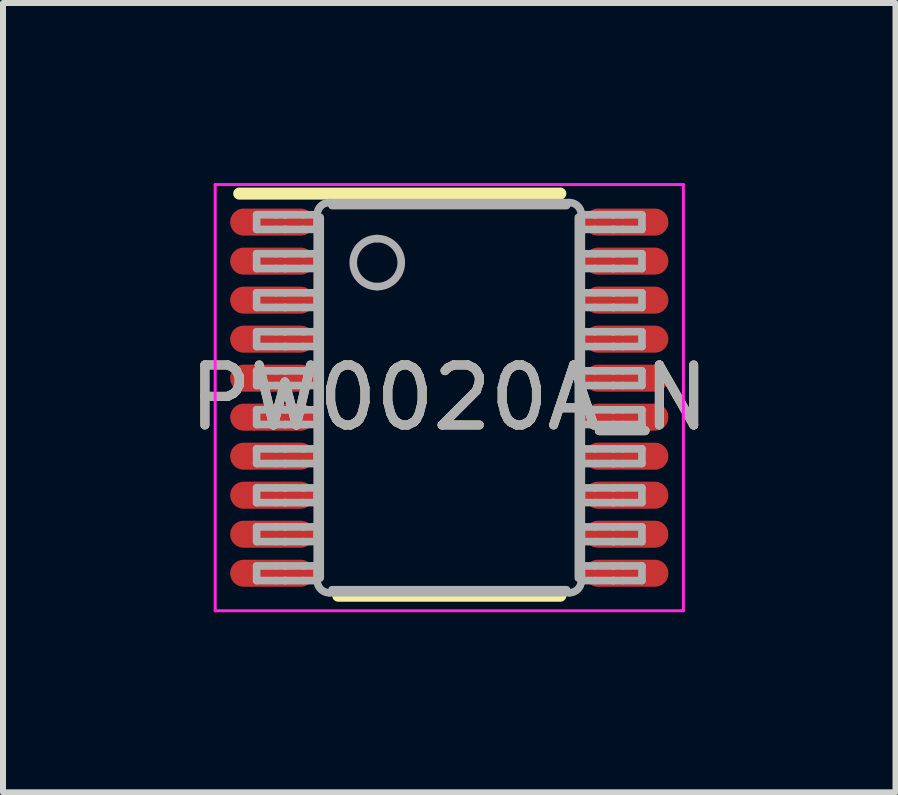
<source format=kicad_pcb>
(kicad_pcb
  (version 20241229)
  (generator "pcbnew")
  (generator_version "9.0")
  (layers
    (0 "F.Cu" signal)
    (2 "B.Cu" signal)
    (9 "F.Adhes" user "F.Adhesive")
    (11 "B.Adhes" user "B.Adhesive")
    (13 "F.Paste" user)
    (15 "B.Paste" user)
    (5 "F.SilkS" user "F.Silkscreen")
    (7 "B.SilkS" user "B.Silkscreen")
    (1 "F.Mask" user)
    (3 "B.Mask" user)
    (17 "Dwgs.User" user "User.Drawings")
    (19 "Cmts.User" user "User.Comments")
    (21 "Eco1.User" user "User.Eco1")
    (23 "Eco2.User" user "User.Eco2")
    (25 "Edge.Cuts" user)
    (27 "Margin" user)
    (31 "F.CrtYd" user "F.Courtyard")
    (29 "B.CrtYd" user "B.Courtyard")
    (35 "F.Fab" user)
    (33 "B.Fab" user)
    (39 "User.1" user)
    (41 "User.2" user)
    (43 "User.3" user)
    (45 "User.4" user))
  (footprint "PW0020A_N"
    (layer "F.Cu")
    (at 4.435 3.575)
    (property "Reference" "PW0020A_N" (at 0 0 0) (unlocked yes) (layer "F.SilkS") (effects (font (size 1 1) (thickness 0.15))))
    (attr smd)
    (fp_line (start -3.5 -3.4) (end 1.85 -3.4) (stroke (width 0.2) (type solid)) (layer "F.SilkS"))
    (fp_line (start -1.85 3.3) (end 1.85 3.3) (stroke (width 0.2) (type solid)) (layer "F.SilkS"))
    (fp_line (start -3.9 -3.55) (end 3.9 -3.55) (stroke (width 0.05) (type solid)) (layer "F.CrtYd"))
    (fp_line (start -3.9 3.55) (end -3.9 -3.55) (stroke (width 0.05) (type solid)) (layer "F.CrtYd"))
    (fp_line (start -3.9 3.55) (end 3.9 3.55) (stroke (width 0.05) (type solid)) (layer "F.CrtYd"))
    (fp_line (start 3.9 3.55) (end 3.9 -3.55) (stroke (width 0.05) (type solid)) (layer "F.CrtYd"))
    (fp_line (start -3.21 -3.047) (end -2.887 -3.047) (stroke (width 0.127) (type solid)) (layer "F.Fab"))
    (fp_line (start -3.21 -2.803) (end -3.21 -3.047) (stroke (width 0.127) (type solid)) (layer "F.Fab"))
    (fp_line (start -3.21 -2.803) (end -2.887 -2.803) (stroke (width 0.127) (type solid)) (layer "F.Fab"))
    (fp_line (start -3.21 -2.398) (end -2.887 -2.398) (stroke (width 0.127) (type solid)) (layer "F.Fab"))
    (fp_line (start -3.21 -2.152) (end -3.21 -2.398) (stroke (width 0.127) (type solid)) (layer "F.Fab"))
    (fp_line (start -3.21 -2.152) (end -2.887 -2.152) (stroke (width 0.127) (type solid)) (layer "F.Fab"))
    (fp_line (start -3.21 -1.747) (end -2.887 -1.747) (stroke (width 0.127) (type solid)) (layer "F.Fab"))
    (fp_line (start -3.21 -1.503) (end -3.21 -1.747) (stroke (width 0.127) (type solid)) (layer "F.Fab"))
    (fp_line (start -3.21 -1.503) (end -2.887 -1.503) (stroke (width 0.127) (type solid)) (layer "F.Fab"))
    (fp_line (start -3.21 -1.098) (end -2.887 -1.098) (stroke (width 0.127) (type solid)) (layer "F.Fab"))
    (fp_line (start -3.21 -0.852) (end -3.21 -1.098) (stroke (width 0.127) (type solid)) (layer "F.Fab"))
    (fp_line (start -3.21 -0.852) (end -2.887 -0.852) (stroke (width 0.127) (type solid)) (layer "F.Fab"))
    (fp_line (start -3.21 -0.447) (end -2.887 -0.447) (stroke (width 0.127) (type solid)) (layer "F.Fab"))
    (fp_line (start -3.21 -0.202) (end -3.21 -0.447) (stroke (width 0.127) (type solid)) (layer "F.Fab"))
    (fp_line (start -3.21 -0.202) (end -2.887 -0.202) (stroke (width 0.127) (type solid)) (layer "F.Fab"))
    (fp_line (start -3.21 0.202) (end -2.887 0.202) (stroke (width 0.127) (type solid)) (layer "F.Fab"))
    (fp_line (start -3.21 0.448) (end -3.21 0.202) (stroke (width 0.127) (type solid)) (layer "F.Fab"))
    (fp_line (start -3.21 0.448) (end -2.887 0.448) (stroke (width 0.127) (type solid)) (layer "F.Fab"))
    (fp_line (start -3.21 0.853) (end -2.887 0.853) (stroke (width 0.127) (type solid)) (layer "F.Fab"))
    (fp_line (start -3.21 1.098) (end -3.21 0.853) (stroke (width 0.127) (type solid)) (layer "F.Fab"))
    (fp_line (start -3.21 1.098) (end -2.887 1.098) (stroke (width 0.127) (type solid)) (layer "F.Fab"))
    (fp_line (start -3.21 1.503) (end -2.887 1.503) (stroke (width 0.127) (type solid)) (layer "F.Fab"))
    (fp_line (start -3.21 1.748) (end -3.21 1.503) (stroke (width 0.127) (type solid)) (layer "F.Fab"))
    (fp_line (start -3.21 1.748) (end -2.887 1.748) (stroke (width 0.127) (type solid)) (layer "F.Fab"))
    (fp_line (start -3.21 2.153) (end -2.887 2.153) (stroke (width 0.127) (type solid)) (layer "F.Fab"))
    (fp_line (start -3.21 2.398) (end -3.21 2.153) (stroke (width 0.127) (type solid)) (layer "F.Fab"))
    (fp_line (start -3.21 2.398) (end -2.887 2.398) (stroke (width 0.127) (type solid)) (layer "F.Fab"))
    (fp_line (start -3.21 2.803) (end -2.887 2.803) (stroke (width 0.127) (type solid)) (layer "F.Fab"))
    (fp_line (start -3.21 3.047) (end -3.21 2.803) (stroke (width 0.127) (type solid)) (layer "F.Fab"))
    (fp_line (start -3.21 3.047) (end -2.887 3.047) (stroke (width 0.127) (type solid)) (layer "F.Fab"))
    (fp_line (start -2.887 -3.047) (end -2.739 -3.047) (stroke (width 0.127) (type solid)) (layer "F.Fab"))
    (fp_line (start -2.887 -2.803) (end -2.739 -2.803) (stroke (width 0.127) (type solid)) (layer "F.Fab"))
    (fp_line (start -2.887 -2.398) (end -2.739 -2.398) (stroke (width 0.127) (type solid)) (layer "F.Fab"))
    (fp_line (start -2.887 -2.152) (end -2.739 -2.152) (stroke (width 0.127) (type solid)) (layer "F.Fab"))
    (fp_line (start -2.887 -1.747) (end -2.739 -1.747) (stroke (width 0.127) (type solid)) (layer "F.Fab"))
    (fp_line (start -2.887 -1.503) (end -2.739 -1.503) (stroke (width 0.127) (type solid)) (layer "F.Fab"))
    (fp_line (start -2.887 -1.098) (end -2.739 -1.098) (stroke (width 0.127) (type solid)) (layer "F.Fab"))
    (fp_line (start -2.887 -0.852) (end -2.739 -0.852) (stroke (width 0.127) (type solid)) (layer "F.Fab"))
    (fp_line (start -2.887 -0.447) (end -2.739 -0.447) (stroke (width 0.127) (type solid)) (layer "F.Fab"))
    (fp_line (start -2.887 -0.202) (end -2.739 -0.202) (stroke (width 0.127) (type solid)) (layer "F.Fab"))
    (fp_line (start -2.887 0.202) (end -2.739 0.202) (stroke (width 0.127) (type solid)) (layer "F.Fab"))
    (fp_line (start -2.887 0.448) (end -2.739 0.448) (stroke (width 0.127) (type solid)) (layer "F.Fab"))
    (fp_line (start -2.887 0.853) (end -2.739 0.853) (stroke (width 0.127) (type solid)) (layer "F.Fab"))
    (fp_line (start -2.887 1.098) (end -2.739 1.098) (stroke (width 0.127) (type solid)) (layer "F.Fab"))
    (fp_line (start -2.887 1.503) (end -2.739 1.503) (stroke (width 0.127) (type solid)) (layer "F.Fab"))
    (fp_line (start -2.887 1.748) (end -2.739 1.748) (stroke (width 0.127) (type solid)) (layer "F.Fab"))
    (fp_line (start -2.887 2.153) (end -2.739 2.153) (stroke (width 0.127) (type solid)) (layer "F.Fab"))
    (fp_line (start -2.887 2.398) (end -2.739 2.398) (stroke (width 0.127) (type solid)) (layer "F.Fab"))
    (fp_line (start -2.887 2.803) (end -2.739 2.803) (stroke (width 0.127) (type solid)) (layer "F.Fab"))
    (fp_line (start -2.887 3.047) (end -2.739 3.047) (stroke (width 0.127) (type solid)) (layer "F.Fab"))
    (fp_line (start -2.739 -3.047) (end -2.733 -3.047) (stroke (width 0.127) (type solid)) (layer "F.Fab"))
    (fp_line (start -2.739 -2.803) (end -2.733 -2.803) (stroke (width 0.127) (type solid)) (layer "F.Fab"))
    (fp_line (start -2.739 -2.398) (end -2.733 -2.398) (stroke (width 0.127) (type solid)) (layer "F.Fab"))
    (fp_line (start -2.739 -2.152) (end -2.733 -2.152) (stroke (width 0.127) (type solid)) (layer "F.Fab"))
    (fp_line (start -2.739 -1.747) (end -2.733 -1.747) (stroke (width 0.127) (type solid)) (layer "F.Fab"))
    (fp_line (start -2.739 -1.503) (end -2.733 -1.503) (stroke (width 0.127) (type solid)) (layer "F.Fab"))
    (fp_line (start -2.739 -1.098) (end -2.733 -1.098) (stroke (width 0.127) (type solid)) (layer "F.Fab"))
    (fp_line (start -2.739 -0.852) (end -2.733 -0.852) (stroke (width 0.127) (type solid)) (layer "F.Fab"))
    (fp_line (start -2.739 -0.447) (end -2.733 -0.447) (stroke (width 0.127) (type solid)) (layer "F.Fab"))
    (fp_line (start -2.739 -0.202) (end -2.733 -0.202) (stroke (width 0.127) (type solid)) (layer "F.Fab"))
    (fp_line (start -2.739 0.202) (end -2.733 0.202) (stroke (width 0.127) (type solid)) (layer "F.Fab"))
    (fp_line (start -2.739 0.448) (end -2.733 0.448) (stroke (width 0.127) (type solid)) (layer "F.Fab"))
    (fp_line (start -2.739 0.853) (end -2.733 0.853) (stroke (width 0.127) (type solid)) (layer "F.Fab"))
    (fp_line (start -2.739 1.098) (end -2.733 1.098) (stroke (width 0.127) (type solid)) (layer "F.Fab"))
    (fp_line (start -2.739 1.503) (end -2.733 1.503) (stroke (width 0.127) (type solid)) (layer "F.Fab"))
    (fp_line (start -2.739 1.748) (end -2.733 1.748) (stroke (width 0.127) (type solid)) (layer "F.Fab"))
    (fp_line (start -2.739 2.153) (end -2.733 2.153) (stroke (width 0.127) (type solid)) (layer "F.Fab"))
    (fp_line (start -2.739 2.398) (end -2.733 2.398) (stroke (width 0.127) (type solid)) (layer "F.Fab"))
    (fp_line (start -2.739 2.803) (end -2.733 2.803) (stroke (width 0.127) (type solid)) (layer "F.Fab"))
    (fp_line (start -2.739 3.047) (end -2.733 3.047) (stroke (width 0.127) (type solid)) (layer "F.Fab"))
    (fp_line (start -2.733 -3.047) (end -2.431 -3.047) (stroke (width 0.127) (type solid)) (layer "F.Fab"))
    (fp_line (start -2.733 -2.803) (end -2.431 -2.803) (stroke (width 0.127) (type solid)) (layer "F.Fab"))
    (fp_line (start -2.733 -2.398) (end -2.431 -2.398) (stroke (width 0.127) (type solid)) (layer "F.Fab"))
    (fp_line (start -2.733 -2.152) (end -2.431 -2.152) (stroke (width 0.127) (type solid)) (layer "F.Fab"))
    (fp_line (start -2.733 -1.747) (end -2.431 -1.747) (stroke (width 0.127) (type solid)) (layer "F.Fab"))
    (fp_line (start -2.733 -1.503) (end -2.431 -1.503) (stroke (width 0.127) (type solid)) (layer "F.Fab"))
    (fp_line (start -2.733 -1.098) (end -2.431 -1.098) (stroke (width 0.127) (type solid)) (layer "F.Fab"))
    (fp_line (start -2.733 -0.852) (end -2.431 -0.852) (stroke (width 0.127) (type solid)) (layer "F.Fab"))
    (fp_line (start -2.733 -0.447) (end -2.431 -0.447) (stroke (width 0.127) (type solid)) (layer "F.Fab"))
    (fp_line (start -2.733 -0.202) (end -2.431 -0.202) (stroke (width 0.127) (type solid)) (layer "F.Fab"))
    (fp_line (start -2.733 0.202) (end -2.431 0.202) (stroke (width 0.127) (type solid)) (layer "F.Fab"))
    (fp_line (start -2.733 0.448) (end -2.431 0.448) (stroke (width 0.127) (type solid)) (layer "F.Fab"))
    (fp_line (start -2.733 0.853) (end -2.431 0.853) (stroke (width 0.127) (type solid)) (layer "F.Fab"))
    (fp_line (start -2.733 1.098) (end -2.431 1.098) (stroke (width 0.127) (type solid)) (layer "F.Fab"))
    (fp_line (start -2.733 1.503) (end -2.431 1.503) (stroke (width 0.127) (type solid)) (layer "F.Fab"))
    (fp_line (start -2.733 1.748) (end -2.431 1.748) (stroke (width 0.127) (type solid)) (layer "F.Fab"))
    (fp_line (start -2.733 2.153) (end -2.431 2.153) (stroke (width 0.127) (type solid)) (layer "F.Fab"))
    (fp_line (start -2.733 2.398) (end -2.431 2.398) (stroke (width 0.127) (type solid)) (layer "F.Fab"))
    (fp_line (start -2.733 2.803) (end -2.431 2.803) (stroke (width 0.127) (type solid)) (layer "F.Fab"))
    (fp_line (start -2.733 3.047) (end -2.431 3.047) (stroke (width 0.127) (type solid)) (layer "F.Fab"))
    (fp_line (start -2.431 -3.047) (end -2.2 -3.047) (stroke (width 0.127) (type solid)) (layer "F.Fab"))
    (fp_line (start -2.431 -2.803) (end -2.2 -2.803) (stroke (width 0.127) (type solid)) (layer "F.Fab"))
    (fp_line (start -2.431 -2.398) (end -2.2 -2.398) (stroke (width 0.127) (type solid)) (layer "F.Fab"))
    (fp_line (start -2.431 -2.152) (end -2.2 -2.152) (stroke (width 0.127) (type solid)) (layer "F.Fab"))
    (fp_line (start -2.431 -1.747) (end -2.2 -1.747) (stroke (width 0.127) (type solid)) (layer "F.Fab"))
    (fp_line (start -2.431 -1.503) (end -2.2 -1.503) (stroke (width 0.127) (type solid)) (layer "F.Fab"))
    (fp_line (start -2.431 -1.098) (end -2.2 -1.098) (stroke (width 0.127) (type solid)) (layer "F.Fab"))
    (fp_line (start -2.431 -0.852) (end -2.2 -0.852) (stroke (width 0.127) (type solid)) (layer "F.Fab"))
    (fp_line (start -2.431 -0.447) (end -2.2 -0.447) (stroke (width 0.127) (type solid)) (layer "F.Fab"))
    (fp_line (start -2.431 -0.202) (end -2.2 -0.202) (stroke (width 0.127) (type solid)) (layer "F.Fab"))
    (fp_line (start -2.431 0.202) (end -2.2 0.202) (stroke (width 0.127) (type solid)) (layer "F.Fab"))
    (fp_line (start -2.431 0.448) (end -2.2 0.448) (stroke (width 0.127) (type solid)) (layer "F.Fab"))
    (fp_line (start -2.431 0.853) (end -2.2 0.853) (stroke (width 0.127) (type solid)) (layer "F.Fab"))
    (fp_line (start -2.431 1.098) (end -2.2 1.098) (stroke (width 0.127) (type solid)) (layer "F.Fab"))
    (fp_line (start -2.431 1.503) (end -2.2 1.503) (stroke (width 0.127) (type solid)) (layer "F.Fab"))
    (fp_line (start -2.431 1.748) (end -2.2 1.748) (stroke (width 0.127) (type solid)) (layer "F.Fab"))
    (fp_line (start -2.431 2.153) (end -2.2 2.153) (stroke (width 0.127) (type solid)) (layer "F.Fab"))
    (fp_line (start -2.431 2.398) (end -2.2 2.398) (stroke (width 0.127) (type solid)) (layer "F.Fab"))
    (fp_line (start -2.431 2.803) (end -2.2 2.803) (stroke (width 0.127) (type solid)) (layer "F.Fab"))
    (fp_line (start -2.431 3.047) (end -2.2 3.047) (stroke (width 0.127) (type solid)) (layer "F.Fab"))
    (fp_line (start -2.2 -2.803) (end -2.2 -3.047) (stroke (width 0.127) (type solid)) (layer "F.Fab"))
    (fp_line (start -2.2 -2.152) (end -2.2 -2.398) (stroke (width 0.127) (type solid)) (layer "F.Fab"))
    (fp_line (start -2.2 -1.503) (end -2.2 -1.747) (stroke (width 0.127) (type solid)) (layer "F.Fab"))
    (fp_line (start -2.2 -0.852) (end -2.2 -1.098) (stroke (width 0.127) (type solid)) (layer "F.Fab"))
    (fp_line (start -2.2 -0.202) (end -2.2 -0.447) (stroke (width 0.127) (type solid)) (layer "F.Fab"))
    (fp_line (start -2.2 0.448) (end -2.2 0.202) (stroke (width 0.127) (type solid)) (layer "F.Fab"))
    (fp_line (start -2.2 1.098) (end -2.2 0.853) (stroke (width 0.127) (type solid)) (layer "F.Fab"))
    (fp_line (start -2.2 1.748) (end -2.2 1.503) (stroke (width 0.127) (type solid)) (layer "F.Fab"))
    (fp_line (start -2.2 2.398) (end -2.2 2.153) (stroke (width 0.127) (type solid)) (layer "F.Fab"))
    (fp_line (start -2.2 3.047) (end -2.2 2.803) (stroke (width 0.127) (type solid)) (layer "F.Fab"))
    (fp_line (start -2.2 3.05) (end -2.2 -3.05) (stroke (width 0.127) (type solid)) (layer "F.Fab"))
    (fp_line (start -2.15 3.004) (end -2.15 -3.004) (stroke (width 0.127) (type solid)) (layer "F.Fab"))
    (fp_line (start -2 -3.25) (end 2 -3.25) (stroke (width 0.127) (type solid)) (layer "F.Fab"))
    (fp_line (start -2 3.25) (end 2 3.25) (stroke (width 0.127) (type solid)) (layer "F.Fab"))
    (fp_line (start -1.954 -3.2) (end 1.954 -3.2) (stroke (width 0.127) (type solid)) (layer "F.Fab"))
    (fp_line (start -1.954 3.2) (end 1.954 3.2) (stroke (width 0.127) (type solid)) (layer "F.Fab"))
    (fp_line (start 2.15 3.004) (end 2.15 -3.004) (stroke (width 0.127) (type solid)) (layer "F.Fab"))
    (fp_line (start 2.2 -3.047) (end 2.43 -3.047) (stroke (width 0.127) (type solid)) (layer "F.Fab"))
    (fp_line (start 2.2 -2.803) (end 2.2 -3.047) (stroke (width 0.127) (type solid)) (layer "F.Fab"))
    (fp_line (start 2.2 -2.803) (end 2.43 -2.803) (stroke (width 0.127) (type solid)) (layer "F.Fab"))
    (fp_line (start 2.2 -2.398) (end 2.43 -2.398) (stroke (width 0.127) (type solid)) (layer "F.Fab"))
    (fp_line (start 2.2 -2.152) (end 2.2 -2.398) (stroke (width 0.127) (type solid)) (layer "F.Fab"))
    (fp_line (start 2.2 -2.152) (end 2.43 -2.152) (stroke (width 0.127) (type solid)) (layer "F.Fab"))
    (fp_line (start 2.2 -1.747) (end 2.43 -1.747) (stroke (width 0.127) (type solid)) (layer "F.Fab"))
    (fp_line (start 2.2 -1.503) (end 2.2 -1.747) (stroke (width 0.127) (type solid)) (layer "F.Fab"))
    (fp_line (start 2.2 -1.503) (end 2.43 -1.503) (stroke (width 0.127) (type solid)) (layer "F.Fab"))
    (fp_line (start 2.2 -1.098) (end 2.43 -1.098) (stroke (width 0.127) (type solid)) (layer "F.Fab"))
    (fp_line (start 2.2 -0.852) (end 2.2 -1.098) (stroke (width 0.127) (type solid)) (layer "F.Fab"))
    (fp_line (start 2.2 -0.852) (end 2.43 -0.852) (stroke (width 0.127) (type solid)) (layer "F.Fab"))
    (fp_line (start 2.2 -0.447) (end 2.43 -0.447) (stroke (width 0.127) (type solid)) (layer "F.Fab"))
    (fp_line (start 2.2 -0.202) (end 2.2 -0.447) (stroke (width 0.127) (type solid)) (layer "F.Fab"))
    (fp_line (start 2.2 -0.202) (end 2.43 -0.202) (stroke (width 0.127) (type solid)) (layer "F.Fab"))
    (fp_line (start 2.2 0.202) (end 2.43 0.202) (stroke (width 0.127) (type solid)) (layer "F.Fab"))
    (fp_line (start 2.2 0.448) (end 2.2 0.202) (stroke (width 0.127) (type solid)) (layer "F.Fab"))
    (fp_line (start 2.2 0.448) (end 2.43 0.448) (stroke (width 0.127) (type solid)) (layer "F.Fab"))
    (fp_line (start 2.2 0.853) (end 2.43 0.853) (stroke (width 0.127) (type solid)) (layer "F.Fab"))
    (fp_line (start 2.2 1.098) (end 2.2 0.853) (stroke (width 0.127) (type solid)) (layer "F.Fab"))
    (fp_line (start 2.2 1.098) (end 2.43 1.098) (stroke (width 0.127) (type solid)) (layer "F.Fab"))
    (fp_line (start 2.2 1.503) (end 2.43 1.503) (stroke (width 0.127) (type solid)) (layer "F.Fab"))
    (fp_line (start 2.2 1.748) (end 2.2 1.503) (stroke (width 0.127) (type solid)) (layer "F.Fab"))
    (fp_line (start 2.2 1.748) (end 2.43 1.748) (stroke (width 0.127) (type solid)) (layer "F.Fab"))
    (fp_line (start 2.2 2.153) (end 2.43 2.153) (stroke (width 0.127) (type solid)) (layer "F.Fab"))
    (fp_line (start 2.2 2.398) (end 2.2 2.153) (stroke (width 0.127) (type solid)) (layer "F.Fab"))
    (fp_line (start 2.2 2.398) (end 2.43 2.398) (stroke (width 0.127) (type solid)) (layer "F.Fab"))
    (fp_line (start 2.2 2.803) (end 2.43 2.803) (stroke (width 0.127) (type solid)) (layer "F.Fab"))
    (fp_line (start 2.2 3.047) (end 2.2 2.803) (stroke (width 0.127) (type solid)) (layer "F.Fab"))
    (fp_line (start 2.2 3.047) (end 2.43 3.047) (stroke (width 0.127) (type solid)) (layer "F.Fab"))
    (fp_line (start 2.2 3.05) (end 2.2 -3.05) (stroke (width 0.127) (type solid)) (layer "F.Fab"))
    (fp_line (start 2.43 -3.047) (end 2.733 -3.047) (stroke (width 0.127) (type solid)) (layer "F.Fab"))
    (fp_line (start 2.43 -2.803) (end 2.733 -2.803) (stroke (width 0.127) (type solid)) (layer "F.Fab"))
    (fp_line (start 2.43 -2.398) (end 2.733 -2.398) (stroke (width 0.127) (type solid)) (layer "F.Fab"))
    (fp_line (start 2.43 -2.152) (end 2.733 -2.152) (stroke (width 0.127) (type solid)) (layer "F.Fab"))
    (fp_line (start 2.43 -1.747) (end 2.733 -1.747) (stroke (width 0.127) (type solid)) (layer "F.Fab"))
    (fp_line (start 2.43 -1.503) (end 2.733 -1.503) (stroke (width 0.127) (type solid)) (layer "F.Fab"))
    (fp_line (start 2.43 -1.098) (end 2.733 -1.098) (stroke (width 0.127) (type solid)) (layer "F.Fab"))
    (fp_line (start 2.43 -0.852) (end 2.733 -0.852) (stroke (width 0.127) (type solid)) (layer "F.Fab"))
    (fp_line (start 2.43 -0.447) (end 2.733 -0.447) (stroke (width 0.127) (type solid)) (layer "F.Fab"))
    (fp_line (start 2.43 -0.202) (end 2.733 -0.202) (stroke (width 0.127) (type solid)) (layer "F.Fab"))
    (fp_line (start 2.43 0.202) (end 2.733 0.202) (stroke (width 0.127) (type solid)) (layer "F.Fab"))
    (fp_line (start 2.43 0.448) (end 2.733 0.448) (stroke (width 0.127) (type solid)) (layer "F.Fab"))
    (fp_line (start 2.43 0.853) (end 2.733 0.853) (stroke (width 0.127) (type solid)) (layer "F.Fab"))
    (fp_line (start 2.43 1.098) (end 2.733 1.098) (stroke (width 0.127) (type solid)) (layer "F.Fab"))
    (fp_line (start 2.43 1.503) (end 2.733 1.503) (stroke (width 0.127) (type solid)) (layer "F.Fab"))
    (fp_line (start 2.43 1.748) (end 2.733 1.748) (stroke (width 0.127) (type solid)) (layer "F.Fab"))
    (fp_line (start 2.43 2.153) (end 2.733 2.153) (stroke (width 0.127) (type solid)) (layer "F.Fab"))
    (fp_line (start 2.43 2.398) (end 2.733 2.398) (stroke (width 0.127) (type solid)) (layer "F.Fab"))
    (fp_line (start 2.43 2.803) (end 2.733 2.803) (stroke (width 0.127) (type solid)) (layer "F.Fab"))
    (fp_line (start 2.43 3.047) (end 2.733 3.047) (stroke (width 0.127) (type solid)) (layer "F.Fab"))
    (fp_line (start 2.733 -3.047) (end 2.739 -3.047) (stroke (width 0.127) (type solid)) (layer "F.Fab"))
    (fp_line (start 2.733 -2.803) (end 2.739 -2.803) (stroke (width 0.127) (type solid)) (layer "F.Fab"))
    (fp_line (start 2.733 -2.398) (end 2.739 -2.398) (stroke (width 0.127) (type solid)) (layer "F.Fab"))
    (fp_line (start 2.733 -2.152) (end 2.739 -2.152) (stroke (width 0.127) (type solid)) (layer "F.Fab"))
    (fp_line (start 2.733 -1.747) (end 2.739 -1.747) (stroke (width 0.127) (type solid)) (layer "F.Fab"))
    (fp_line (start 2.733 -1.503) (end 2.739 -1.503) (stroke (width 0.127) (type solid)) (layer "F.Fab"))
    (fp_line (start 2.733 -1.098) (end 2.739 -1.098) (stroke (width 0.127) (type solid)) (layer "F.Fab"))
    (fp_line (start 2.733 -0.852) (end 2.739 -0.852) (stroke (width 0.127) (type solid)) (layer "F.Fab"))
    (fp_line (start 2.733 -0.447) (end 2.739 -0.447) (stroke (width 0.127) (type solid)) (layer "F.Fab"))
    (fp_line (start 2.733 -0.202) (end 2.739 -0.202) (stroke (width 0.127) (type solid)) (layer "F.Fab"))
    (fp_line (start 2.733 0.202) (end 2.739 0.202) (stroke (width 0.127) (type solid)) (layer "F.Fab"))
    (fp_line (start 2.733 0.448) (end 2.739 0.448) (stroke (width 0.127) (type solid)) (layer "F.Fab"))
    (fp_line (start 2.733 0.853) (end 2.739 0.853) (stroke (width 0.127) (type solid)) (layer "F.Fab"))
    (fp_line (start 2.733 1.098) (end 2.739 1.098) (stroke (width 0.127) (type solid)) (layer "F.Fab"))
    (fp_line (start 2.733 1.503) (end 2.739 1.503) (stroke (width 0.127) (type solid)) (layer "F.Fab"))
    (fp_line (start 2.733 1.748) (end 2.739 1.748) (stroke (width 0.127) (type solid)) (layer "F.Fab"))
    (fp_line (start 2.733 2.153) (end 2.739 2.153) (stroke (width 0.127) (type solid)) (layer "F.Fab"))
    (fp_line (start 2.733 2.398) (end 2.739 2.398) (stroke (width 0.127) (type solid)) (layer "F.Fab"))
    (fp_line (start 2.733 2.803) (end 2.739 2.803) (stroke (width 0.127) (type solid)) (layer "F.Fab"))
    (fp_line (start 2.733 3.047) (end 2.739 3.047) (stroke (width 0.127) (type solid)) (layer "F.Fab"))
    (fp_line (start 2.739 -3.047) (end 2.887 -3.047) (stroke (width 0.127) (type solid)) (layer "F.Fab"))
    (fp_line (start 2.739 -2.803) (end 2.887 -2.803) (stroke (width 0.127) (type solid)) (layer "F.Fab"))
    (fp_line (start 2.739 -2.398) (end 2.887 -2.398) (stroke (width 0.127) (type solid)) (layer "F.Fab"))
    (fp_line (start 2.739 -2.152) (end 2.887 -2.152) (stroke (width 0.127) (type solid)) (layer "F.Fab"))
    (fp_line (start 2.739 -1.747) (end 2.887 -1.747) (stroke (width 0.127) (type solid)) (layer "F.Fab"))
    (fp_line (start 2.739 -1.503) (end 2.887 -1.503) (stroke (width 0.127) (type solid)) (layer "F.Fab"))
    (fp_line (start 2.739 -1.098) (end 2.887 -1.098) (stroke (width 0.127) (type solid)) (layer "F.Fab"))
    (fp_line (start 2.739 -0.852) (end 2.887 -0.852) (stroke (width 0.127) (type solid)) (layer "F.Fab"))
    (fp_line (start 2.739 -0.447) (end 2.887 -0.447) (stroke (width 0.127) (type solid)) (layer "F.Fab"))
    (fp_line (start 2.739 -0.202) (end 2.887 -0.202) (stroke (width 0.127) (type solid)) (layer "F.Fab"))
    (fp_line (start 2.739 0.202) (end 2.887 0.202) (stroke (width 0.127) (type solid)) (layer "F.Fab"))
    (fp_line (start 2.739 0.448) (end 2.887 0.448) (stroke (width 0.127) (type solid)) (layer "F.Fab"))
    (fp_line (start 2.739 0.853) (end 2.887 0.853) (stroke (width 0.127) (type solid)) (layer "F.Fab"))
    (fp_line (start 2.739 1.098) (end 2.887 1.098) (stroke (width 0.127) (type solid)) (layer "F.Fab"))
    (fp_line (start 2.739 1.503) (end 2.887 1.503) (stroke (width 0.127) (type solid)) (layer "F.Fab"))
    (fp_line (start 2.739 1.748) (end 2.887 1.748) (stroke (width 0.127) (type solid)) (layer "F.Fab"))
    (fp_line (start 2.739 2.153) (end 2.887 2.153) (stroke (width 0.127) (type solid)) (layer "F.Fab"))
    (fp_line (start 2.739 2.398) (end 2.887 2.398) (stroke (width 0.127) (type solid)) (layer "F.Fab"))
    (fp_line (start 2.739 2.803) (end 2.887 2.803) (stroke (width 0.127) (type solid)) (layer "F.Fab"))
    (fp_line (start 2.739 3.047) (end 2.887 3.047) (stroke (width 0.127) (type solid)) (layer "F.Fab"))
    (fp_line (start 2.887 -3.047) (end 3.21 -3.047) (stroke (width 0.127) (type solid)) (layer "F.Fab"))
    (fp_line (start 2.887 -2.803) (end 3.21 -2.803) (stroke (width 0.127) (type solid)) (layer "F.Fab"))
    (fp_line (start 2.887 -2.398) (end 3.21 -2.398) (stroke (width 0.127) (type solid)) (layer "F.Fab"))
    (fp_line (start 2.887 -2.152) (end 3.21 -2.152) (stroke (width 0.127) (type solid)) (layer "F.Fab"))
    (fp_line (start 2.887 -1.747) (end 3.21 -1.747) (stroke (width 0.127) (type solid)) (layer "F.Fab"))
    (fp_line (start 2.887 -1.503) (end 3.21 -1.503) (stroke (width 0.127) (type solid)) (layer "F.Fab"))
    (fp_line (start 2.887 -1.098) (end 3.21 -1.098) (stroke (width 0.127) (type solid)) (layer "F.Fab"))
    (fp_line (start 2.887 -0.852) (end 3.21 -0.852) (stroke (width 0.127) (type solid)) (layer "F.Fab"))
    (fp_line (start 2.887 -0.447) (end 3.21 -0.447) (stroke (width 0.127) (type solid)) (layer "F.Fab"))
    (fp_line (start 2.887 -0.202) (end 3.21 -0.202) (stroke (width 0.127) (type solid)) (layer "F.Fab"))
    (fp_line (start 2.887 0.202) (end 3.21 0.202) (stroke (width 0.127) (type solid)) (layer "F.Fab"))
    (fp_line (start 2.887 0.448) (end 3.21 0.448) (stroke (width 0.127) (type solid)) (layer "F.Fab"))
    (fp_line (start 2.887 0.853) (end 3.21 0.853) (stroke (width 0.127) (type solid)) (layer "F.Fab"))
    (fp_line (start 2.887 1.098) (end 3.21 1.098) (stroke (width 0.127) (type solid)) (layer "F.Fab"))
    (fp_line (start 2.887 1.503) (end 3.21 1.503) (stroke (width 0.127) (type solid)) (layer "F.Fab"))
    (fp_line (start 2.887 1.748) (end 3.21 1.748) (stroke (width 0.127) (type solid)) (layer "F.Fab"))
    (fp_line (start 2.887 2.153) (end 3.21 2.153) (stroke (width 0.127) (type solid)) (layer "F.Fab"))
    (fp_line (start 2.887 2.398) (end 3.21 2.398) (stroke (width 0.127) (type solid)) (layer "F.Fab"))
    (fp_line (start 2.887 2.803) (end 3.21 2.803) (stroke (width 0.127) (type solid)) (layer "F.Fab"))
    (fp_line (start 2.887 3.047) (end 3.21 3.047) (stroke (width 0.127) (type solid)) (layer "F.Fab"))
    (fp_line (start 3.21 -2.803) (end 3.21 -3.047) (stroke (width 0.127) (type solid)) (layer "F.Fab"))
    (fp_line (start 3.21 -2.152) (end 3.21 -2.398) (stroke (width 0.127) (type solid)) (layer "F.Fab"))
    (fp_line (start 3.21 -1.503) (end 3.21 -1.747) (stroke (width 0.127) (type solid)) (layer "F.Fab"))
    (fp_line (start 3.21 -0.852) (end 3.21 -1.098) (stroke (width 0.127) (type solid)) (layer "F.Fab"))
    (fp_line (start 3.21 -0.202) (end 3.21 -0.447) (stroke (width 0.127) (type solid)) (layer "F.Fab"))
    (fp_line (start 3.21 0.448) (end 3.21 0.202) (stroke (width 0.127) (type solid)) (layer "F.Fab"))
    (fp_line (start 3.21 1.098) (end 3.21 0.853) (stroke (width 0.127) (type solid)) (layer "F.Fab"))
    (fp_line (start 3.21 1.748) (end 3.21 1.503) (stroke (width 0.127) (type solid)) (layer "F.Fab"))
    (fp_line (start 3.21 2.398) (end 3.21 2.153) (stroke (width 0.127) (type solid)) (layer "F.Fab"))
    (fp_line (start 3.21 3.047) (end 3.21 2.803) (stroke (width 0.127) (type solid)) (layer "F.Fab"))
    (fp_arc (start -2.200026 -3.050001) (mid -2.141435 -3.191428) (end -2.000001 -3.250001) (stroke (width 0.127) (type solid)) (layer "F.Fab"))
    (fp_arc (start -2.000001 3.250011) (mid -2.141435 3.191438) (end -2.200026 3.050012) (stroke (width 0.127) (type solid)) (layer "F.Fab"))
    (fp_arc (start -1.200003 -2.650002) (mid -0.800003 -2.250003) (end -1.200003 -1.850004) (stroke (width 0.127) (type solid)) (layer "F.Fab"))
    (fp_arc (start -1.200003 -1.850004) (mid -1.600002 -2.250003) (end -1.200003 -2.650002) (stroke (width 0.127) (type solid)) (layer "F.Fab"))
    (fp_arc (start 1.999991 -3.250001) (mid 2.141412 -3.191423) (end 2.199991 -3.050002) (stroke (width 0.127) (type solid)) (layer "F.Fab"))
    (fp_arc (start 2.199991 3.050012) (mid 2.141412 3.191433) (end 1.999991 3.250011) (stroke (width 0.127) (type solid)) (layer "F.Fab"))
    (fp_text user "${REFERENCE}" (at 0 0 0) (unlocked yes) (layer "F.Fab") (effects (font (size 1 1) (thickness 0.15))))
    (pad "1" smd oval (at -2.95 -2.925 90) (size 0.45 1.4) (layers "F.Cu" "F.Mask" "F.Paste"))
    (pad "2" smd oval (at -2.95 -2.275 90) (size 0.45 1.4) (layers "F.Cu" "F.Mask" "F.Paste"))
    (pad "3" smd oval (at -2.95 -1.625 90) (size 0.45 1.4) (layers "F.Cu" "F.Mask" "F.Paste"))
    (pad "4" smd oval (at -2.95 -0.975 90) (size 0.45 1.4) (layers "F.Cu" "F.Mask" "F.Paste"))
    (pad "5" smd oval (at -2.95 -0.325 90) (size 0.45 1.4) (layers "F.Cu" "F.Mask" "F.Paste"))
    (pad "6" smd oval (at -2.95 0.325 90) (size 0.45 1.4) (layers "F.Cu" "F.Mask" "F.Paste"))
    (pad "7" smd oval (at -2.95 0.975 90) (size 0.45 1.4) (layers "F.Cu" "F.Mask" "F.Paste"))
    (pad "8" smd oval (at -2.95 1.625 90) (size 0.45 1.4) (layers "F.Cu" "F.Mask" "F.Paste"))
    (pad "9" smd oval (at -2.95 2.275 90) (size 0.45 1.4) (layers "F.Cu" "F.Mask" "F.Paste"))
    (pad "10" smd oval (at -2.95 2.925 90) (size 0.45 1.4) (layers "F.Cu" "F.Mask" "F.Paste"))
    (pad "11" smd oval (at 2.95 2.925 90) (size 0.45 1.4) (layers "F.Cu" "F.Mask" "F.Paste"))
    (pad "12" smd oval (at 2.95 2.275 90) (size 0.45 1.4) (layers "F.Cu" "F.Mask" "F.Paste"))
    (pad "13" smd oval (at 2.95 1.625 90) (size 0.45 1.4) (layers "F.Cu" "F.Mask" "F.Paste"))
    (pad "14" smd oval (at 2.95 0.975 90) (size 0.45 1.4) (layers "F.Cu" "F.Mask" "F.Paste"))
    (pad "15" smd oval (at 2.95 0.325 90) (size 0.45 1.4) (layers "F.Cu" "F.Mask" "F.Paste"))
    (pad "16" smd oval (at 2.95 -0.325 90) (size 0.45 1.4) (layers "F.Cu" "F.Mask" "F.Paste"))
    (pad "17" smd oval (at 2.95 -0.975 90) (size 0.45 1.4) (layers "F.Cu" "F.Mask" "F.Paste"))
    (pad "18" smd oval (at 2.95 -1.625 90) (size 0.45 1.4) (layers "F.Cu" "F.Mask" "F.Paste"))
    (pad "19" smd oval (at 2.95 -2.275 90) (size 0.45 1.4) (layers "F.Cu" "F.Mask" "F.Paste"))
    (pad "20" smd oval (at 2.95 -2.925 90) (size 0.45 1.4) (layers "F.Cu" "F.Mask" "F.Paste")))
  (gr_rect
    (start -3 -3)
    (end 11.869 10.15)
    (stroke (width 0.1) (type default))
    (fill no)
    (layer "Edge.Cuts")))
</source>
